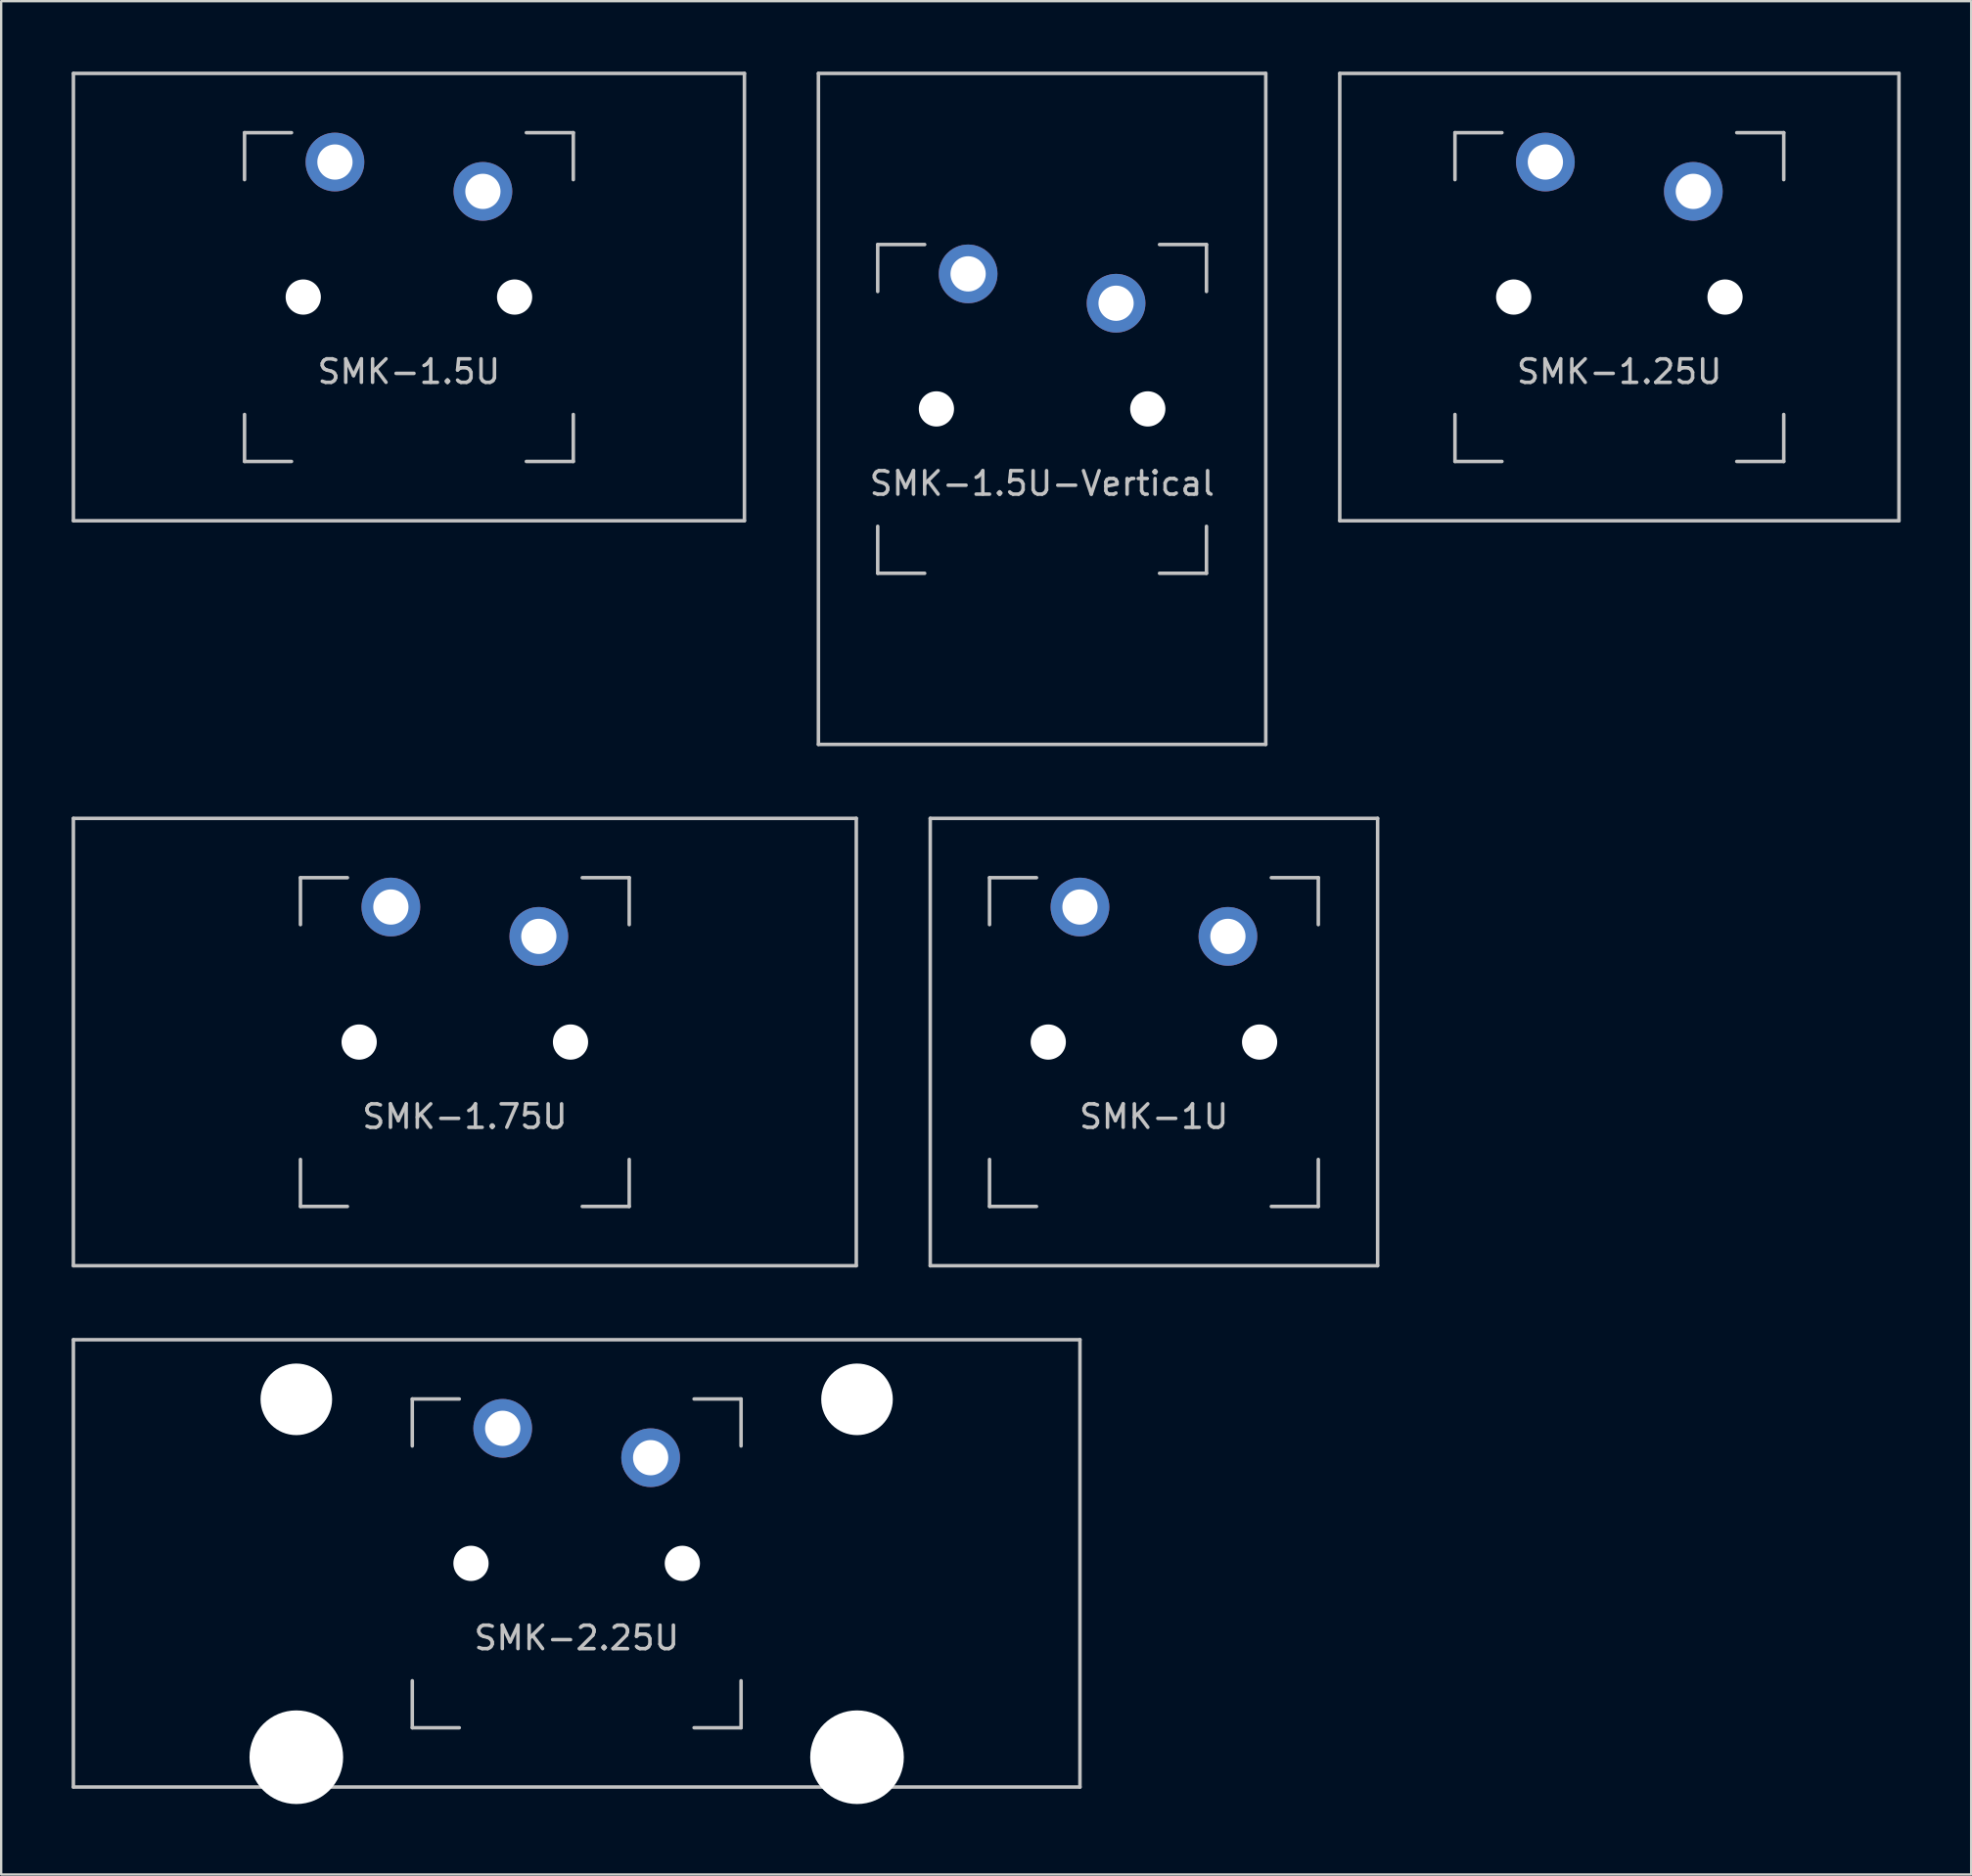
<source format=kicad_pcb>
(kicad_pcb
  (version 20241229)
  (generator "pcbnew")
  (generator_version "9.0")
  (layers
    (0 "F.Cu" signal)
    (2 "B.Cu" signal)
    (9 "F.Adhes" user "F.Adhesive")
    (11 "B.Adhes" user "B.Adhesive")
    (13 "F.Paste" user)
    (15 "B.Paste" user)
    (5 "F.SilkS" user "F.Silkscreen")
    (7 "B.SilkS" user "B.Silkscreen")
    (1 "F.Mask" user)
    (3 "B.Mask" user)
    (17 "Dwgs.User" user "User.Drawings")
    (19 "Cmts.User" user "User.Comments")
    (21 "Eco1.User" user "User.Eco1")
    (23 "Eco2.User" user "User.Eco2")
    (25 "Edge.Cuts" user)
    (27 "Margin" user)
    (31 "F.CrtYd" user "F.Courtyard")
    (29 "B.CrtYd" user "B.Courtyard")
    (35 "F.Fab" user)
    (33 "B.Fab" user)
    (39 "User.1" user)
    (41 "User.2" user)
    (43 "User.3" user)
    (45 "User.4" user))
  (footprint "SMK-1.5U-Vertical"
    (layer "F.Cu")
    (at 41.325 14.363)
    (property "Reference" "SMK-1.5U-Vertical" (at 0 3.175 0) (layer "Dwgs.User") (effects (font (size 1 1) (thickness 0.15))))
    (attr through_hole)
    (fp_line (start -9.525 -14.287) (end -9.525 14.287) (stroke (width 0.15) (type solid)) (layer "Dwgs.User"))
    (fp_line (start -7 -7) (end -7 -5) (stroke (width 0.15) (type solid)) (layer "Dwgs.User"))
    (fp_line (start -7 5) (end -7 7) (stroke (width 0.15) (type solid)) (layer "Dwgs.User"))
    (fp_line (start -7 7) (end -5 7) (stroke (width 0.15) (type solid)) (layer "Dwgs.User"))
    (fp_line (start -5 -7) (end -7 -7) (stroke (width 0.15) (type solid)) (layer "Dwgs.User"))
    (fp_line (start 5 -7) (end 7 -7) (stroke (width 0.15) (type solid)) (layer "Dwgs.User"))
    (fp_line (start 5 7) (end 7 7) (stroke (width 0.15) (type solid)) (layer "Dwgs.User"))
    (fp_line (start 7 -7) (end 7 -5) (stroke (width 0.15) (type solid)) (layer "Dwgs.User"))
    (fp_line (start 7 7) (end 7 5) (stroke (width 0.15) (type solid)) (layer "Dwgs.User"))
    (fp_line (start 9.525 -14.287) (end -9.525 -14.287) (stroke (width 0.15) (type solid)) (layer "Dwgs.User"))
    (fp_line (start 9.525 -14.287) (end 9.525 14.287) (stroke (width 0.15) (type solid)) (layer "Dwgs.User"))
    (fp_line (start 9.525 14.287) (end -9.525 14.287) (stroke (width 0.15) (type solid)) (layer "Dwgs.User"))
    (pad "" np_thru_hole circle (at -4.5 0) (size 1.5 1.5) (drill 1.5) (layers "*.Cu" "*.Mask"))
    (pad "" np_thru_hole circle (at 4.5 0) (size 1.5 1.5) (drill 1.5) (layers "*.Cu" "*.Mask"))
    (pad "SW1" thru_hole circle (at -3.15 -5.75) (size 2.5 2.5) (drill 1.5) (layers "*.Cu" "*.Mask"))
    (pad "SW2" thru_hole circle (at 3.15 -4.5) (size 2.5 2.5) (drill 1.5) (layers "*.Cu" "*.Mask")))
  (footprint "SMK-1.5U"
    (layer "F.Cu")
    (at 14.363 9.6)
    (property "Reference" "SMK-1.5U" (at 0 3.175 0) (layer "Dwgs.User") (effects (font (size 1 1) (thickness 0.15))))
    (attr through_hole)
    (fp_line (start -14.287 -9.525) (end 14.287 -9.525) (stroke (width 0.15) (type solid)) (layer "Dwgs.User"))
    (fp_line (start -14.287 9.525) (end -14.287 -9.525) (stroke (width 0.15) (type solid)) (layer "Dwgs.User"))
    (fp_line (start -14.287 9.525) (end 14.287 9.525) (stroke (width 0.15) (type solid)) (layer "Dwgs.User"))
    (fp_line (start -7 -7) (end -7 -5) (stroke (width 0.15) (type solid)) (layer "Dwgs.User"))
    (fp_line (start -7 5) (end -7 7) (stroke (width 0.15) (type solid)) (layer "Dwgs.User"))
    (fp_line (start -7 7) (end -5 7) (stroke (width 0.15) (type solid)) (layer "Dwgs.User"))
    (fp_line (start -5 -7) (end -7 -7) (stroke (width 0.15) (type solid)) (layer "Dwgs.User"))
    (fp_line (start 5 -7) (end 7 -7) (stroke (width 0.15) (type solid)) (layer "Dwgs.User"))
    (fp_line (start 5 7) (end 7 7) (stroke (width 0.15) (type solid)) (layer "Dwgs.User"))
    (fp_line (start 7 -7) (end 7 -5) (stroke (width 0.15) (type solid)) (layer "Dwgs.User"))
    (fp_line (start 7 7) (end 7 5) (stroke (width 0.15) (type solid)) (layer "Dwgs.User"))
    (fp_line (start 14.287 -9.525) (end 14.287 9.525) (stroke (width 0.15) (type solid)) (layer "Dwgs.User"))
    (pad "" np_thru_hole circle (at -4.5 0) (size 1.5 1.5) (drill 1.5) (layers "*.Cu" "*.Mask"))
    (pad "" np_thru_hole circle (at 4.5 0) (size 1.5 1.5) (drill 1.5) (layers "*.Cu" "*.Mask"))
    (pad "SW1" thru_hole circle (at -3.15 -5.75) (size 2.5 2.5) (drill 1.5) (layers "*.Cu" "*.Mask"))
    (pad "SW2" thru_hole circle (at 3.15 -4.5) (size 2.5 2.5) (drill 1.5) (layers "*.Cu" "*.Mask")))
  (footprint "SMK-1.25U"
    (layer "F.Cu")
    (at 65.906 9.6)
    (property "Reference" "SMK-1.25U" (at 0 3.175 0) (layer "Dwgs.User") (effects (font (size 1 1) (thickness 0.15))))
    (attr through_hole)
    (fp_line (start -11.906 -9.525) (end 11.906 -9.525) (stroke (width 0.15) (type solid)) (layer "Dwgs.User"))
    (fp_line (start -11.906 9.525) (end -11.906 -9.525) (stroke (width 0.15) (type solid)) (layer "Dwgs.User"))
    (fp_line (start -11.906 9.525) (end 11.906 9.525) (stroke (width 0.15) (type solid)) (layer "Dwgs.User"))
    (fp_line (start -7 -7) (end -7 -5) (stroke (width 0.15) (type solid)) (layer "Dwgs.User"))
    (fp_line (start -7 5) (end -7 7) (stroke (width 0.15) (type solid)) (layer "Dwgs.User"))
    (fp_line (start -7 7) (end -5 7) (stroke (width 0.15) (type solid)) (layer "Dwgs.User"))
    (fp_line (start -5 -7) (end -7 -7) (stroke (width 0.15) (type solid)) (layer "Dwgs.User"))
    (fp_line (start 5 -7) (end 7 -7) (stroke (width 0.15) (type solid)) (layer "Dwgs.User"))
    (fp_line (start 5 7) (end 7 7) (stroke (width 0.15) (type solid)) (layer "Dwgs.User"))
    (fp_line (start 7 -7) (end 7 -5) (stroke (width 0.15) (type solid)) (layer "Dwgs.User"))
    (fp_line (start 7 7) (end 7 5) (stroke (width 0.15) (type solid)) (layer "Dwgs.User"))
    (fp_line (start 11.906 -9.525) (end 11.906 9.525) (stroke (width 0.15) (type solid)) (layer "Dwgs.User"))
    (pad "" np_thru_hole circle (at -4.5 0) (size 1.5 1.5) (drill 1.5) (layers "*.Cu" "*.Mask"))
    (pad "" np_thru_hole circle (at 4.5 0) (size 1.5 1.5) (drill 1.5) (layers "*.Cu" "*.Mask"))
    (pad "SW1" thru_hole circle (at -3.15 -5.75) (size 2.5 2.5) (drill 1.5) (layers "*.Cu" "*.Mask"))
    (pad "SW2" thru_hole circle (at 3.15 -4.5) (size 2.5 2.5) (drill 1.5) (layers "*.Cu" "*.Mask")))
  (footprint "SMK-2.25U"
    (layer "F.Cu")
    (at 21.506 63.525)
    (property "Reference" "SMK-2.25U" (at 0 3.175 0) (layer "Dwgs.User") (effects (font (size 1 1) (thickness 0.15))))
    (attr through_hole)
    (fp_line (start -21.431 -9.525) (end 21.431 -9.525) (stroke (width 0.15) (type solid)) (layer "Dwgs.User"))
    (fp_line (start -21.431 9.525) (end -21.431 -9.525) (stroke (width 0.15) (type solid)) (layer "Dwgs.User"))
    (fp_line (start -21.431 9.525) (end 21.431 9.525) (stroke (width 0.15) (type solid)) (layer "Dwgs.User"))
    (fp_line (start -7 -7) (end -7 -5) (stroke (width 0.15) (type solid)) (layer "Dwgs.User"))
    (fp_line (start -7 5) (end -7 7) (stroke (width 0.15) (type solid)) (layer "Dwgs.User"))
    (fp_line (start -7 7) (end -5 7) (stroke (width 0.15) (type solid)) (layer "Dwgs.User"))
    (fp_line (start -5 -7) (end -7 -7) (stroke (width 0.15) (type solid)) (layer "Dwgs.User"))
    (fp_line (start 5 -7) (end 7 -7) (stroke (width 0.15) (type solid)) (layer "Dwgs.User"))
    (fp_line (start 5 7) (end 7 7) (stroke (width 0.15) (type solid)) (layer "Dwgs.User"))
    (fp_line (start 7 -7) (end 7 -5) (stroke (width 0.15) (type solid)) (layer "Dwgs.User"))
    (fp_line (start 7 7) (end 7 5) (stroke (width 0.15) (type solid)) (layer "Dwgs.User"))
    (fp_line (start 21.431 -9.525) (end 21.431 9.525) (stroke (width 0.15) (type solid)) (layer "Dwgs.User"))
    (pad "" np_thru_hole circle (at -11.938 -6.985) (size 3.048 3.048) (drill 3.048) (layers "*.Cu" "*.Mask"))
    (pad "" np_thru_hole circle (at -11.938 8.255) (size 3.988 3.988) (drill 3.988) (layers "*.Cu" "*.Mask"))
    (pad "" np_thru_hole circle (at -4.5 0) (size 1.5 1.5) (drill 1.5) (layers "*.Cu" "*.Mask"))
    (pad "" np_thru_hole circle (at 4.5 0) (size 1.5 1.5) (drill 1.5) (layers "*.Cu" "*.Mask"))
    (pad "" np_thru_hole circle (at 11.938 -6.985) (size 3.048 3.048) (drill 3.048) (layers "*.Cu" "*.Mask"))
    (pad "" np_thru_hole circle (at 11.938 8.255) (size 3.988 3.988) (drill 3.988) (layers "*.Cu" "*.Mask"))
    (pad "SW1" thru_hole circle (at -3.15 -5.75) (size 2.5 2.5) (drill 1.5) (layers "*.Cu" "*.Mask"))
    (pad "SW2" thru_hole circle (at 3.15 -4.5) (size 2.5 2.5) (drill 1.5) (layers "*.Cu" "*.Mask")))
  (footprint "SMK-1U"
    (layer "F.Cu")
    (at 46.087 41.325)
    (property "Reference" "SMK-1U" (at 0 3.175 0) (layer "Dwgs.User") (effects (font (size 1 1) (thickness 0.15))))
    (attr through_hole)
    (fp_line (start -9.525 -9.525) (end 9.525 -9.525) (stroke (width 0.15) (type solid)) (layer "Dwgs.User"))
    (fp_line (start -9.525 9.525) (end -9.525 -9.525) (stroke (width 0.15) (type solid)) (layer "Dwgs.User"))
    (fp_line (start -7 -7) (end -7 -5) (stroke (width 0.15) (type solid)) (layer "Dwgs.User"))
    (fp_line (start -7 5) (end -7 7) (stroke (width 0.15) (type solid)) (layer "Dwgs.User"))
    (fp_line (start -7 7) (end -5 7) (stroke (width 0.15) (type solid)) (layer "Dwgs.User"))
    (fp_line (start -5 -7) (end -7 -7) (stroke (width 0.15) (type solid)) (layer "Dwgs.User"))
    (fp_line (start 5 -7) (end 7 -7) (stroke (width 0.15) (type solid)) (layer "Dwgs.User"))
    (fp_line (start 5 7) (end 7 7) (stroke (width 0.15) (type solid)) (layer "Dwgs.User"))
    (fp_line (start 7 -7) (end 7 -5) (stroke (width 0.15) (type solid)) (layer "Dwgs.User"))
    (fp_line (start 7 7) (end 7 5) (stroke (width 0.15) (type solid)) (layer "Dwgs.User"))
    (fp_line (start 9.525 -9.525) (end 9.525 9.525) (stroke (width 0.15) (type solid)) (layer "Dwgs.User"))
    (fp_line (start 9.525 9.525) (end -9.525 9.525) (stroke (width 0.15) (type solid)) (layer "Dwgs.User"))
    (pad "" np_thru_hole circle (at -4.5 0) (size 1.5 1.5) (drill 1.5) (layers "*.Cu" "*.Mask"))
    (pad "" np_thru_hole circle (at 4.5 0) (size 1.5 1.5) (drill 1.5) (layers "*.Cu" "*.Mask"))
    (pad "SW1" thru_hole circle (at -3.15 -5.75) (size 2.5 2.5) (drill 1.5) (layers "*.Cu" "*.Mask"))
    (pad "SW2" thru_hole circle (at 3.15 -4.5) (size 2.5 2.5) (drill 1.5) (layers "*.Cu" "*.Mask")))
  (footprint "SMK-1.75U"
    (layer "F.Cu")
    (at 16.744 41.325)
    (property "Reference" "SMK-1.75U" (at 0 3.175 0) (layer "Dwgs.User") (effects (font (size 1 1) (thickness 0.15))))
    (attr through_hole)
    (fp_line (start -16.669 -9.525) (end 16.669 -9.525) (stroke (width 0.15) (type solid)) (layer "Dwgs.User"))
    (fp_line (start -16.669 9.525) (end -16.669 -9.525) (stroke (width 0.15) (type solid)) (layer "Dwgs.User"))
    (fp_line (start -16.669 9.525) (end 16.669 9.525) (stroke (width 0.15) (type solid)) (layer "Dwgs.User"))
    (fp_line (start -7 -7) (end -7 -5) (stroke (width 0.15) (type solid)) (layer "Dwgs.User"))
    (fp_line (start -7 5) (end -7 7) (stroke (width 0.15) (type solid)) (layer "Dwgs.User"))
    (fp_line (start -7 7) (end -5 7) (stroke (width 0.15) (type solid)) (layer "Dwgs.User"))
    (fp_line (start -5 -7) (end -7 -7) (stroke (width 0.15) (type solid)) (layer "Dwgs.User"))
    (fp_line (start 5 -7) (end 7 -7) (stroke (width 0.15) (type solid)) (layer "Dwgs.User"))
    (fp_line (start 5 7) (end 7 7) (stroke (width 0.15) (type solid)) (layer "Dwgs.User"))
    (fp_line (start 7 -7) (end 7 -5) (stroke (width 0.15) (type solid)) (layer "Dwgs.User"))
    (fp_line (start 7 7) (end 7 5) (stroke (width 0.15) (type solid)) (layer "Dwgs.User"))
    (fp_line (start 16.669 -9.525) (end 16.669 9.525) (stroke (width 0.15) (type solid)) (layer "Dwgs.User"))
    (pad "" np_thru_hole circle (at -4.5 0) (size 1.5 1.5) (drill 1.5) (layers "*.Cu" "*.Mask"))
    (pad "" np_thru_hole circle (at 4.5 0) (size 1.5 1.5) (drill 1.5) (layers "*.Cu" "*.Mask"))
    (pad "SW1" thru_hole circle (at -3.15 -5.75) (size 2.5 2.5) (drill 1.5) (layers "*.Cu" "*.Mask"))
    (pad "SW2" thru_hole circle (at 3.15 -4.5) (size 2.5 2.5) (drill 1.5) (layers "*.Cu" "*.Mask")))
  (gr_rect
    (start -3 -3)
    (end 80.888 76.774)
    (stroke (width 0.1) (type default))
    (fill no)
    (layer "Edge.Cuts")))
</source>
